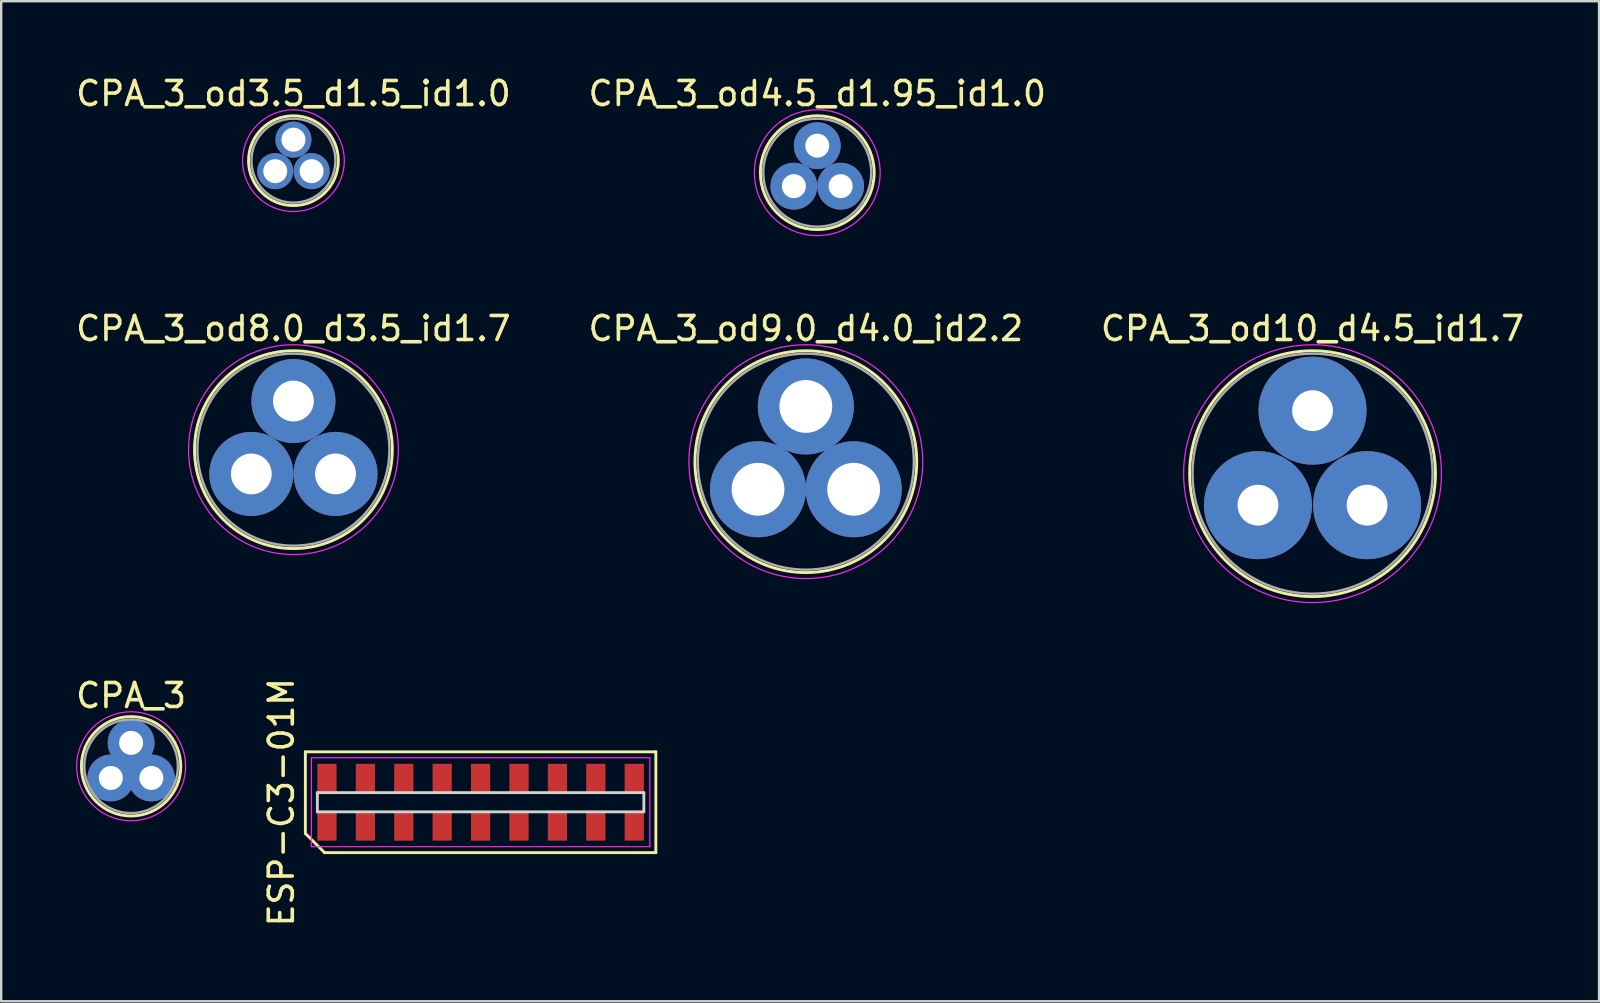
<source format=kicad_pcb>
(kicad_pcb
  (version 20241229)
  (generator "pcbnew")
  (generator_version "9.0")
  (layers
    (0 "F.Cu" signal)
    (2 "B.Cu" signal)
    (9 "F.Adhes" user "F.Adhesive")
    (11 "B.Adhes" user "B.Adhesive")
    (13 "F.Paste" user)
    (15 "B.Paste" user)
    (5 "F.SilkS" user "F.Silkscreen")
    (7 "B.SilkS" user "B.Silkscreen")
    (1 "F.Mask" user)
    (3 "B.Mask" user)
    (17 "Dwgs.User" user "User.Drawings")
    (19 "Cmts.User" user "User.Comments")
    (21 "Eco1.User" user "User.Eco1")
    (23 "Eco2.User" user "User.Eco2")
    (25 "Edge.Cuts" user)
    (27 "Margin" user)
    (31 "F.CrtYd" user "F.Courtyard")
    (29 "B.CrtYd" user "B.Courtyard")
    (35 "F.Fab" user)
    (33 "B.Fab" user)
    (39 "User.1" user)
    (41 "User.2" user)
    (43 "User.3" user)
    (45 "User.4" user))
  (footprint "CPA_3"
    (layer "F.Cu")
    (at 2.411 28.87)
    (property "Reference" "CPA_3" (at 0 -2.945 0) (layer "F.SilkS") (effects (font (size 1 1) (thickness 0.15))))
    (fp_circle (center 0 0) (end 0 2.07) (stroke (width 0.12) (type solid)) (fill no) (layer "F.SilkS"))
    (fp_circle (center 0 0) (end 0 2.27) (stroke (width 0.05) (type solid)) (fill no) (layer "F.CrtYd"))
    (fp_circle (center 0 0) (end 0 1.95) (stroke (width 0.1) (type solid)) (fill no) (layer "F.Fab"))
    (pad "1" thru_hole oval (at 0 -0.975) (size 1.95 1.95) (drill 1) (layers "*.Cu" "*.Mask"))
    (pad "2" thru_hole oval (at 0.844 0.487) (size 1.95 1.95) (drill 1) (layers "*.Cu" "*.Mask"))
    (pad "3" thru_hole oval (at -0.844 0.487) (size 1.95 1.95) (drill 1) (layers "*.Cu" "*.Mask")))
  (footprint "CPA_3_od8.0_d3.5_id1.7"
    (layer "F.Cu")
    (at 9.173 15.681)
    (property "Reference" "CPA_3_od8.0_d3.5_id1.7" (at 0 -5.045 0) (layer "F.SilkS") (effects (font (size 1 1) (thickness 0.15))))
    (fp_circle (center 0 0) (end 0 4.12) (stroke (width 0.12) (type solid)) (fill no) (layer "F.SilkS"))
    (fp_circle (center 0 0) (end 0 4.37) (stroke (width 0.05) (type solid)) (fill no) (layer "F.CrtYd"))
    (fp_circle (center 0 0) (end 0 4) (stroke (width 0.1) (type solid)) (fill no) (layer "F.Fab"))
    (pad "1" thru_hole oval (at 0 -2.025) (size 3.5 3.5) (drill 1.7) (layers "*.Cu" "*.Mask"))
    (pad "2" thru_hole oval (at 1.754 1.012) (size 3.5 3.5) (drill 1.7) (layers "*.Cu" "*.Mask"))
    (pad "3" thru_hole oval (at -1.754 1.012) (size 3.5 3.5) (drill 1.7) (layers "*.Cu" "*.Mask")))
  (footprint "CPA_3_od3.5_d1.5_id1.0"
    (layer "F.Cu")
    (at 9.173 3.643)
    (property "Reference" "CPA_3_od3.5_d1.5_id1.0" (at 0 -2.795 0) (layer "F.SilkS") (effects (font (size 1 1) (thickness 0.15))))
    (fp_circle (center 0 0) (end 0 1.87) (stroke (width 0.12) (type solid)) (fill no) (layer "F.SilkS"))
    (fp_circle (center 0 0) (end 0 2.12) (stroke (width 0.05) (type solid)) (fill no) (layer "F.CrtYd"))
    (fp_circle (center 0 0) (end 0 1.75) (stroke (width 0.1) (type solid)) (fill no) (layer "F.Fab"))
    (pad "1" thru_hole oval (at 0 -0.875) (size 1.5 1.5) (drill 1) (layers "*.Cu" "*.Mask"))
    (pad "2" thru_hole oval (at 0.758 0.437) (size 1.5 1.5) (drill 1) (layers "*.Cu" "*.Mask"))
    (pad "3" thru_hole oval (at -0.758 0.438) (size 1.5 1.5) (drill 1) (layers "*.Cu" "*.Mask")))
  (footprint "CPA_3_od9.0_d4.0_id2.2"
    (layer "F.Cu")
    (at 30.518 16.181)
    (property "Reference" "CPA_3_od9.0_d4.0_id2.2" (at 0 -5.545 0) (layer "F.SilkS") (effects (font (size 1 1) (thickness 0.15))))
    (fp_circle (center 0 0) (end 0 4.62) (stroke (width 0.12) (type solid)) (fill no) (layer "F.SilkS"))
    (fp_circle (center 0 0) (end 0 4.87) (stroke (width 0.05) (type solid)) (fill no) (layer "F.CrtYd"))
    (fp_circle (center 0 0) (end 0 4.5) (stroke (width 0.1) (type solid)) (fill no) (layer "F.Fab"))
    (pad "1" thru_hole oval (at 0 -2.3) (size 4 4) (drill 2.2) (layers "*.Cu" "*.Mask"))
    (pad "2" thru_hole oval (at 1.992 1.15) (size 4 4) (drill 2.2) (layers "*.Cu" "*.Mask"))
    (pad "3" thru_hole oval (at -1.992 1.15) (size 4 4) (drill 2.2) (layers "*.Cu" "*.Mask")))
  (footprint "CPA_3_od10_d4.5_id1.7"
    (layer "F.Cu")
    (at 51.625 16.681)
    (property "Reference" "CPA_3_od10_d4.5_id1.7" (at 0 -6.045 0) (layer "F.SilkS") (effects (font (size 1 1) (thickness 0.15))))
    (fp_circle (center 0 0) (end 0 5.12) (stroke (width 0.12) (type solid)) (fill no) (layer "F.SilkS"))
    (fp_circle (center 0 0) (end 0 5.37) (stroke (width 0.05) (type solid)) (fill no) (layer "F.CrtYd"))
    (fp_circle (center 0 0) (end 0 5) (stroke (width 0.1) (type solid)) (fill no) (layer "F.Fab"))
    (pad "1" thru_hole oval (at 0 -2.625) (size 4.5 4.5) (drill 1.7) (layers "*.Cu" "*.Mask"))
    (pad "2" thru_hole oval (at 2.273 1.312) (size 4.5 4.5) (drill 1.7) (layers "*.Cu" "*.Mask"))
    (pad "3" thru_hole oval (at -2.273 1.312) (size 4.5 4.5) (drill 1.7) (layers "*.Cu" "*.Mask")))
  (footprint "ESP-C3-01M"
    (layer "F.Cu")
    (at 16.97 30.368)
    (property "Reference" "ESP-C3-01M" (at -8.3 0 90) (layer "F.SilkS") (effects (font (size 1 1) (thickness 0.15))))
    (attr through_hole)
    (fp_line (start -7.3 -2.1) (end 7.3 -2.1) (stroke (width 0.12) (type solid)) (layer "F.SilkS"))
    (fp_line (start -7.3 1.3) (end -7.3 -2.1) (stroke (width 0.12) (type solid)) (layer "F.SilkS"))
    (fp_line (start -6.5 2.1) (end -7.3 1.3) (stroke (width 0.12) (type solid)) (layer "F.SilkS"))
    (fp_line (start 7.3 -2.1) (end 7.3 2.1) (stroke (width 0.12) (type solid)) (layer "F.SilkS"))
    (fp_line (start 7.3 2.1) (end -6.5 2.1) (stroke (width 0.12) (type solid)) (layer "F.SilkS"))
    (fp_line (start -6.8 -0.4) (end -6.8 0.4) (stroke (width 0.12) (type solid)) (layer "Edge.Cuts"))
    (fp_line (start -6.8 0.4) (end 6.8 0.4) (stroke (width 0.12) (type solid)) (layer "Edge.Cuts"))
    (fp_line (start 6.8 -0.4) (end -6.8 -0.4) (stroke (width 0.12) (type solid)) (layer "Edge.Cuts"))
    (fp_line (start 6.8 0.4) (end 6.8 -0.4) (stroke (width 0.12) (type solid)) (layer "Edge.Cuts"))
    (fp_line (start -7.05 -1.85) (end 7.05 -1.85) (stroke (width 0.05) (type solid)) (layer "F.CrtYd"))
    (fp_line (start -7.05 1.85) (end -7.05 -1.85) (stroke (width 0.05) (type solid)) (layer "F.CrtYd"))
    (fp_line (start 7.05 -1.85) (end 7.05 1.85) (stroke (width 0.05) (type solid)) (layer "F.CrtYd"))
    (fp_line (start 7.05 1.85) (end -7.05 1.85) (stroke (width 0.05) (type solid)) (layer "F.CrtYd"))
    (pad "1" smd rect (at -6.4 1) (size 0.8 1.2) (layers "F.Cu" "F.Mask" "F.Paste"))
    (pad "2" smd rect (at -4.8 1) (size 0.8 1.2) (layers "F.Cu" "F.Mask" "F.Paste"))
    (pad "3" smd rect (at -3.2 1) (size 0.8 1.2) (layers "F.Cu" "F.Mask" "F.Paste"))
    (pad "4" smd rect (at -1.6 1) (size 0.8 1.2) (layers "F.Cu" "F.Mask" "F.Paste"))
    (pad "5" smd rect (at 0 1) (size 0.8 1.2) (layers "F.Cu" "F.Mask" "F.Paste"))
    (pad "6" smd rect (at 1.6 1) (size 0.8 1.2) (layers "F.Cu" "F.Mask" "F.Paste"))
    (pad "7" smd rect (at 3.2 1) (size 0.8 1.2) (layers "F.Cu" "F.Mask" "F.Paste"))
    (pad "8" smd rect (at 4.8 1) (size 0.8 1.2) (layers "F.Cu" "F.Mask" "F.Paste"))
    (pad "9" smd rect (at 6.4 1) (size 0.8 1.2) (layers "F.Cu" "F.Mask" "F.Paste"))
    (pad "10" smd rect (at 6.4 -1) (size 0.8 1.2) (layers "F.Cu" "F.Mask" "F.Paste"))
    (pad "11" smd rect (at 4.8 -1) (size 0.8 1.2) (layers "F.Cu" "F.Mask" "F.Paste"))
    (pad "12" smd rect (at 3.2 -1) (size 0.8 1.2) (layers "F.Cu" "F.Mask" "F.Paste"))
    (pad "13" smd rect (at 1.6 -1) (size 0.8 1.2) (layers "F.Cu" "F.Mask" "F.Paste"))
    (pad "14" smd rect (at 0 -1) (size 0.8 1.2) (layers "F.Cu" "F.Mask" "F.Paste"))
    (pad "15" smd rect (at -1.6 -1) (size 0.8 1.2) (layers "F.Cu" "F.Mask" "F.Paste"))
    (pad "16" smd rect (at -3.2 -1) (size 0.8 1.2) (layers "F.Cu" "F.Mask" "F.Paste"))
    (pad "17" smd rect (at -4.8 -1) (size 0.8 1.2) (layers "F.Cu" "F.Mask" "F.Paste"))
    (pad "18" smd rect (at -6.4 -1) (size 0.8 1.2) (layers "F.Cu" "F.Mask" "F.Paste")))
  (footprint "CPA_3_od4.5_d1.95_id1.0"
    (layer "F.Cu")
    (at 30.994 4.143)
    (property "Reference" "CPA_3_od4.5_d1.95_id1.0" (at 0 -3.295 0) (layer "F.SilkS") (effects (font (size 1 1) (thickness 0.15))))
    (fp_circle (center 0 0) (end 0 2.37) (stroke (width 0.12) (type solid)) (fill no) (layer "F.SilkS"))
    (fp_circle (center 0 0) (end 0 2.62) (stroke (width 0.05) (type solid)) (fill no) (layer "F.CrtYd"))
    (fp_circle (center 0 0) (end 0 2.25) (stroke (width 0.1) (type solid)) (fill no) (layer "F.Fab"))
    (pad "1" thru_hole oval (at 0 -1.125) (size 1.95 1.95) (drill 1) (layers "*.Cu" "*.Mask"))
    (pad "2" thru_hole oval (at 0.974 0.562) (size 1.95 1.95) (drill 1) (layers "*.Cu" "*.Mask"))
    (pad "3" thru_hole oval (at -0.974 0.562) (size 1.95 1.95) (drill 1) (layers "*.Cu" "*.Mask")))
  (gr_rect
    (start -3 -3)
    (end 63.56 38.66)
    (stroke (width 0.1) (type default))
    (fill no)
    (layer "Edge.Cuts")))
</source>
